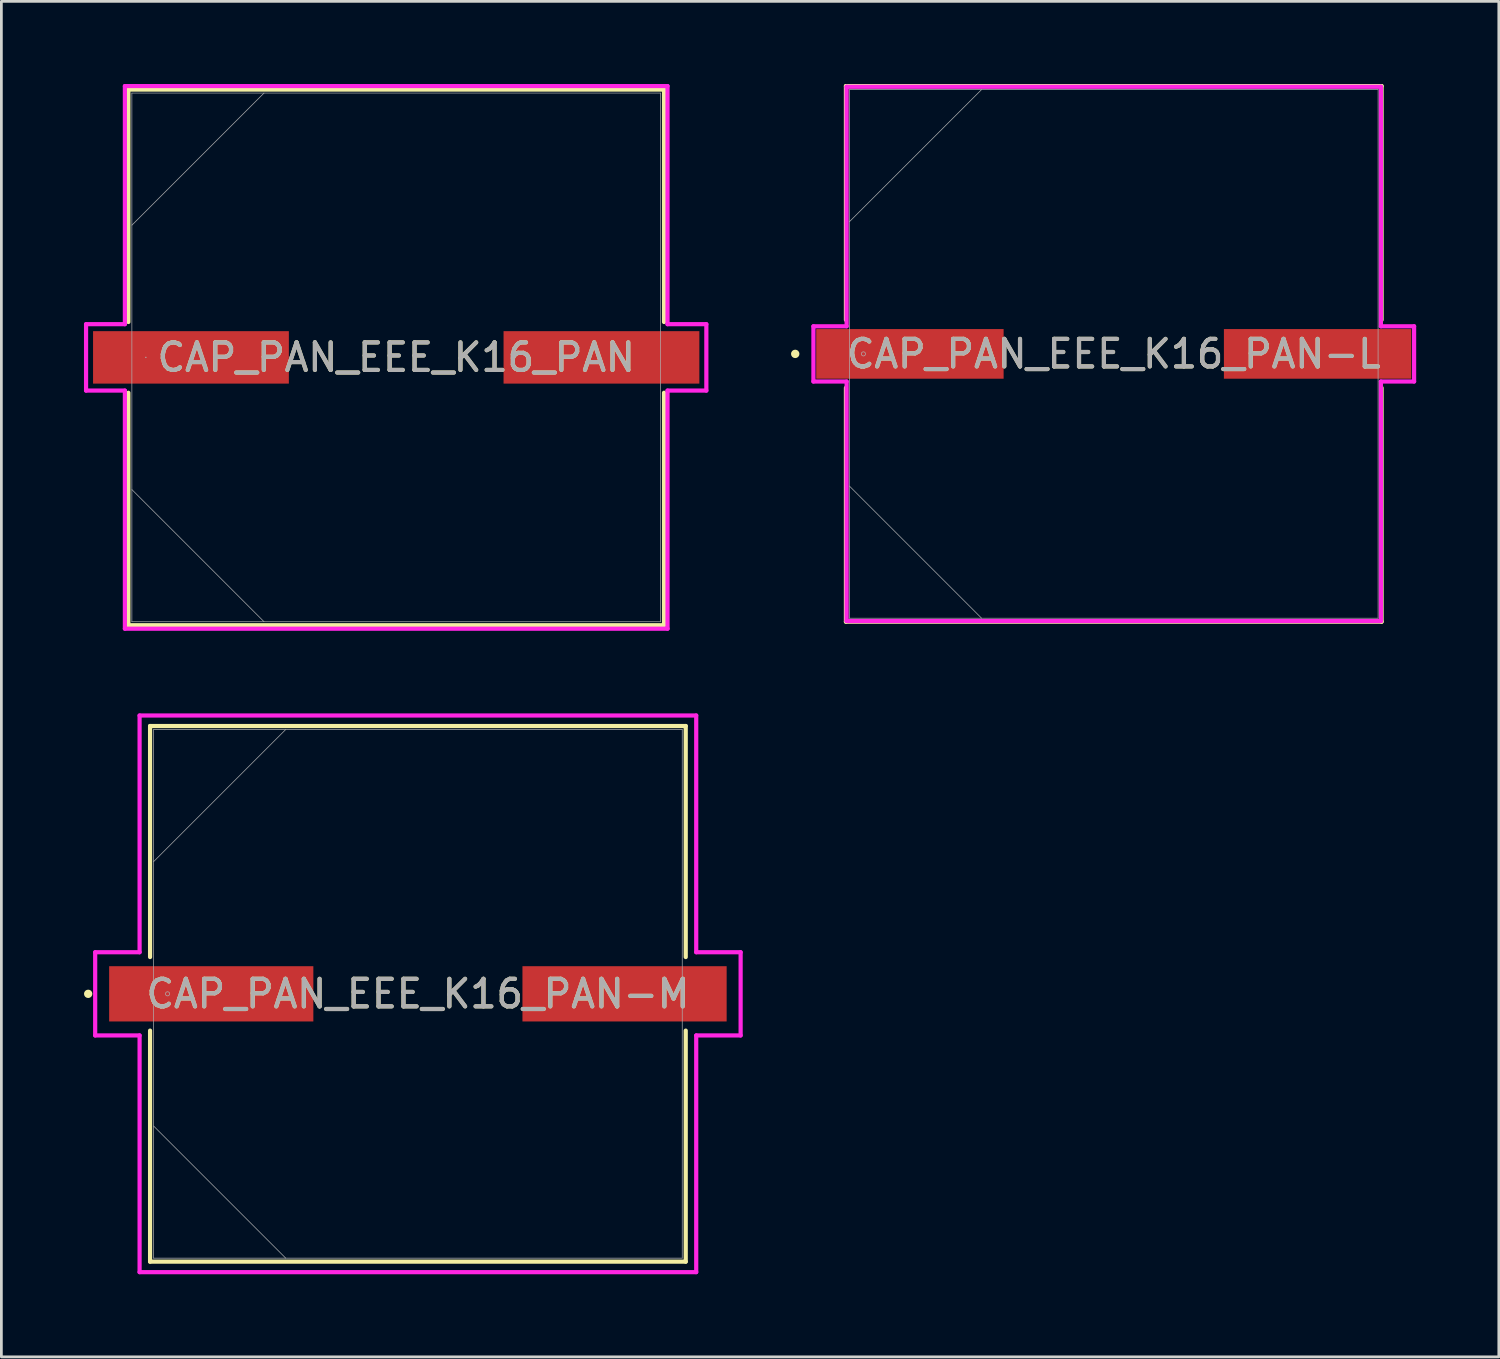
<source format=kicad_pcb>
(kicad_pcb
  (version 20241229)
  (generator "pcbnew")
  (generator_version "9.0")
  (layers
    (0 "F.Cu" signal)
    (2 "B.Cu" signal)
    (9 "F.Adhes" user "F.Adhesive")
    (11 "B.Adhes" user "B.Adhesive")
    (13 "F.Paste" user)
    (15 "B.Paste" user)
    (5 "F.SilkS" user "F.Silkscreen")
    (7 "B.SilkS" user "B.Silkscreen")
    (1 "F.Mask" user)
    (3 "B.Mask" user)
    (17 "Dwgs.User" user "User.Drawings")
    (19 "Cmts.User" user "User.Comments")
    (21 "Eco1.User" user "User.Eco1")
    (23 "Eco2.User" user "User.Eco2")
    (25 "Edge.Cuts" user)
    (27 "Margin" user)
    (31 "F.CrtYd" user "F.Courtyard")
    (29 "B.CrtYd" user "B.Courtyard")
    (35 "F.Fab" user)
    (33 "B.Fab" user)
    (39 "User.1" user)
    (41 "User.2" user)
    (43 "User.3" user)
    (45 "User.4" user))
  (footprint "CAP_PAN_EEE_K16_PAN"
    (layer "F.Cu")
    (at 11.341 9.931)
    (property "Reference" "CAP_PAN_EEE_K16_PAN" (at 0 0 0) (unlocked yes) (layer "F.SilkS") (effects (font (size 1 1) (thickness 0.15))))
    (attr smd)
    (fp_line (start -9.728 -9.728) (end -9.728 -1.285) (stroke (width 0.152) (type solid)) (layer "F.SilkS"))
    (fp_line (start -9.728 1.285) (end -9.728 9.728) (stroke (width 0.152) (type solid)) (layer "F.SilkS"))
    (fp_line (start -9.728 9.728) (end 9.728 9.728) (stroke (width 0.152) (type solid)) (layer "F.SilkS"))
    (fp_line (start 9.728 -9.728) (end -9.728 -9.728) (stroke (width 0.152) (type solid)) (layer "F.SilkS"))
    (fp_line (start 9.728 -1.285) (end 9.728 -9.728) (stroke (width 0.152) (type solid)) (layer "F.SilkS"))
    (fp_line (start 9.728 9.728) (end 9.728 1.285) (stroke (width 0.152) (type solid)) (layer "F.SilkS"))
    (fp_line (start -11.265 -1.206) (end -9.855 -1.206) (stroke (width 0.152) (type solid)) (layer "F.CrtYd"))
    (fp_line (start -11.265 1.206) (end -11.265 -1.206) (stroke (width 0.152) (type solid)) (layer "F.CrtYd"))
    (fp_line (start -9.855 -9.855) (end 9.855 -9.855) (stroke (width 0.152) (type solid)) (layer "F.CrtYd"))
    (fp_line (start -9.855 -1.206) (end -9.855 -9.855) (stroke (width 0.152) (type solid)) (layer "F.CrtYd"))
    (fp_line (start -9.855 1.206) (end -11.265 1.206) (stroke (width 0.152) (type solid)) (layer "F.CrtYd"))
    (fp_line (start -9.855 9.855) (end -9.855 1.206) (stroke (width 0.152) (type solid)) (layer "F.CrtYd"))
    (fp_line (start 9.855 -9.855) (end 9.855 -1.206) (stroke (width 0.152) (type solid)) (layer "F.CrtYd"))
    (fp_line (start 9.855 -1.206) (end 11.265 -1.206) (stroke (width 0.152) (type solid)) (layer "F.CrtYd"))
    (fp_line (start 9.855 1.206) (end 9.855 9.855) (stroke (width 0.152) (type solid)) (layer "F.CrtYd"))
    (fp_line (start 9.855 9.855) (end -9.855 9.855) (stroke (width 0.152) (type solid)) (layer "F.CrtYd"))
    (fp_line (start 11.265 -1.206) (end 11.265 1.206) (stroke (width 0.152) (type solid)) (layer "F.CrtYd"))
    (fp_line (start 11.265 1.206) (end 9.855 1.206) (stroke (width 0.152) (type solid)) (layer "F.CrtYd"))
    (fp_line (start -9.601 -9.601) (end -9.601 9.601) (stroke (width 0.025) (type solid)) (layer "F.Fab"))
    (fp_line (start -9.601 -4.801) (end -4.801 -9.601) (stroke (width 0.025) (type solid)) (layer "F.Fab"))
    (fp_line (start -9.601 4.801) (end -4.801 9.601) (stroke (width 0.025) (type solid)) (layer "F.Fab"))
    (fp_line (start -9.601 9.601) (end 9.601 9.601) (stroke (width 0.025) (type solid)) (layer "F.Fab"))
    (fp_line (start 9.601 -9.601) (end -9.601 -9.601) (stroke (width 0.025) (type solid)) (layer "F.Fab"))
    (fp_line (start 9.601 9.601) (end 9.601 -9.601) (stroke (width 0.025) (type solid)) (layer "F.Fab"))
    (fp_circle (center -9.093 0) (end -9.093 0) (stroke (width 0.025) (type solid)) (fill no) (layer "F.Fab"))
    (fp_text user "${REFERENCE}" (at 0 0 0) (unlocked yes) (layer "F.Fab") (effects (font (size 1 1) (thickness 0.15))))
    (pad "1" smd rect (at -7.455 0) (size 7.112 1.905) (layers "F.Cu" "F.Mask" "F.Paste"))
    (pad "2" smd rect (at 7.455 0) (size 7.112 1.905) (layers "F.Cu" "F.Mask" "F.Paste"))
    (zone (net_name "") (layer "F.Cu") (hatch full 0.508) (connect_pads) (min_thickness 0.254) (filled_areas_thickness no) (keepout (tracks not_allowed) (vias not_allowed) (pads allowed) (copperpour not_allowed) (footprints allowed)) (placement (enabled no)) (fill) (polygon (pts (xy 1.791 0.381) (xy 20.892 0.381) (xy 20.892 8.928) (xy 1.791 8.928))))
    (zone (net_name "") (layer "F.Cu") (hatch full 0.508) (connect_pads) (min_thickness 0.254) (filled_areas_thickness no) (keepout (tracks not_allowed) (vias not_allowed) (pads allowed) (copperpour not_allowed) (footprints allowed)) (placement (enabled no)) (fill) (polygon (pts (xy 1.791 10.935) (xy 20.892 10.935) (xy 20.892 19.482) (xy 1.791 19.482))))
    (zone (net_name "") (layer "F.Cu") (hatch full 0.508) (connect_pads) (min_thickness 0.254) (filled_areas_thickness no) (keepout (tracks not_allowed) (vias not_allowed) (pads allowed) (copperpour not_allowed) (footprints allowed)) (placement (enabled no)) (fill) (polygon (pts (xy 7.493 8.928) (xy 15.189 8.928) (xy 15.189 10.935) (xy 7.493 10.935)))))
  (footprint "CAP_PAN_EEE_K16_PAN-L"
    (layer "F.Cu")
    (at 37.404 9.804)
    (property "Reference" "CAP_PAN_EEE_K16_PAN-L" (at 0 0 0) (unlocked yes) (layer "F.SilkS") (effects (font (size 1 1) (thickness 0.15))))
    (attr smd)
    (fp_line (start -9.728 -9.728) (end -9.728 -1.234) (stroke (width 0.152) (type solid)) (layer "F.SilkS"))
    (fp_line (start -9.728 1.234) (end -9.728 9.728) (stroke (width 0.152) (type solid)) (layer "F.SilkS"))
    (fp_line (start -9.728 9.728) (end 9.728 9.728) (stroke (width 0.152) (type solid)) (layer "F.SilkS"))
    (fp_line (start 9.728 -9.728) (end -9.728 -9.728) (stroke (width 0.152) (type solid)) (layer "F.SilkS"))
    (fp_line (start 9.728 -1.234) (end 9.728 -9.728) (stroke (width 0.152) (type solid)) (layer "F.SilkS"))
    (fp_line (start 9.728 9.728) (end 9.728 1.234) (stroke (width 0.152) (type solid)) (layer "F.SilkS"))
    (fp_circle (center -11.57 0) (end -11.493 0) (stroke (width 0.152) (type solid)) (fill no) (layer "F.SilkS"))
    (fp_line (start -10.909 -1.003) (end -9.703 -1.003) (stroke (width 0.152) (type solid)) (layer "F.CrtYd"))
    (fp_line (start -10.909 1.003) (end -10.909 -1.003) (stroke (width 0.152) (type solid)) (layer "F.CrtYd"))
    (fp_line (start -9.703 -9.703) (end 9.703 -9.703) (stroke (width 0.152) (type solid)) (layer "F.CrtYd"))
    (fp_line (start -9.703 -1.003) (end -9.703 -9.703) (stroke (width 0.152) (type solid)) (layer "F.CrtYd"))
    (fp_line (start -9.703 1.003) (end -10.909 1.003) (stroke (width 0.152) (type solid)) (layer "F.CrtYd"))
    (fp_line (start -9.703 9.703) (end -9.703 1.003) (stroke (width 0.152) (type solid)) (layer "F.CrtYd"))
    (fp_line (start 9.703 -9.703) (end 9.703 -1.003) (stroke (width 0.152) (type solid)) (layer "F.CrtYd"))
    (fp_line (start 9.703 -1.003) (end 10.909 -1.003) (stroke (width 0.152) (type solid)) (layer "F.CrtYd"))
    (fp_line (start 9.703 1.003) (end 9.703 9.703) (stroke (width 0.152) (type solid)) (layer "F.CrtYd"))
    (fp_line (start 9.703 9.703) (end -9.703 9.703) (stroke (width 0.152) (type solid)) (layer "F.CrtYd"))
    (fp_line (start 10.909 -1.003) (end 10.909 1.003) (stroke (width 0.152) (type solid)) (layer "F.CrtYd"))
    (fp_line (start 10.909 1.003) (end 9.703 1.003) (stroke (width 0.152) (type solid)) (layer "F.CrtYd"))
    (fp_line (start -9.601 -9.601) (end -9.601 9.601) (stroke (width 0.025) (type solid)) (layer "F.Fab"))
    (fp_line (start -9.601 -4.801) (end -4.801 -9.601) (stroke (width 0.025) (type solid)) (layer "F.Fab"))
    (fp_line (start -9.601 4.801) (end -4.801 9.601) (stroke (width 0.025) (type solid)) (layer "F.Fab"))
    (fp_line (start -9.601 9.601) (end 9.601 9.601) (stroke (width 0.025) (type solid)) (layer "F.Fab"))
    (fp_line (start 9.601 -9.601) (end -9.601 -9.601) (stroke (width 0.025) (type solid)) (layer "F.Fab"))
    (fp_line (start 9.601 9.601) (end 9.601 -9.601) (stroke (width 0.025) (type solid)) (layer "F.Fab"))
    (fp_circle (center -9.093 0) (end -9.017 0) (stroke (width 0.025) (type solid)) (fill no) (layer "F.Fab"))
    (fp_text user "${REFERENCE}" (at 0 0 0) (unlocked yes) (layer "F.Fab") (effects (font (size 1 1) (thickness 0.15))))
    (pad "1" smd rect (at -7.404 0) (size 6.807 1.803) (layers "F.Cu" "F.Mask" "F.Paste"))
    (pad "2" smd rect (at 7.404 0) (size 6.807 1.803) (layers "F.Cu" "F.Mask" "F.Paste"))
    (zone (net_name "") (layer "F.Cu") (hatch full 0.508) (connect_pads) (min_thickness 0.254) (filled_areas_thickness no) (keepout (tracks not_allowed) (vias not_allowed) (pads allowed) (copperpour not_allowed) (footprints allowed)) (placement (enabled no)) (fill) (polygon (pts (xy 27.854 0.254) (xy 46.955 0.254) (xy 46.955 8.852) (xy 27.854 8.852))))
    (zone (net_name "") (layer "F.Cu") (hatch full 0.508) (connect_pads) (min_thickness 0.254) (filled_areas_thickness no) (keepout (tracks not_allowed) (vias not_allowed) (pads allowed) (copperpour not_allowed) (footprints allowed)) (placement (enabled no)) (fill) (polygon (pts (xy 27.854 10.757) (xy 46.955 10.757) (xy 46.955 19.355) (xy 27.854 19.355))))
    (zone (net_name "") (layer "F.Cu") (hatch full 0.508) (connect_pads) (min_thickness 0.254) (filled_areas_thickness no) (keepout (tracks not_allowed) (vias not_allowed) (pads allowed) (copperpour not_allowed) (footprints allowed)) (placement (enabled no)) (fill) (polygon (pts (xy 33.455 8.852) (xy 41.354 8.852) (xy 41.354 10.757) (xy 33.455 10.757)))))
  (footprint "CAP_PAN_EEE_K16_PAN-M"
    (layer "F.Cu")
    (at 12.129 33.048)
    (property "Reference" "CAP_PAN_EEE_K16_PAN-M" (at 0 0 0) (unlocked yes) (layer "F.SilkS") (effects (font (size 1 1) (thickness 0.15))))
    (attr smd)
    (fp_line (start -9.728 -9.728) (end -9.728 -1.336) (stroke (width 0.152) (type solid)) (layer "F.SilkS"))
    (fp_line (start -9.728 1.336) (end -9.728 9.728) (stroke (width 0.152) (type solid)) (layer "F.SilkS"))
    (fp_line (start -9.728 9.728) (end 9.728 9.728) (stroke (width 0.152) (type solid)) (layer "F.SilkS"))
    (fp_line (start 9.728 -9.728) (end -9.728 -9.728) (stroke (width 0.152) (type solid)) (layer "F.SilkS"))
    (fp_line (start 9.728 -1.336) (end 9.728 -9.728) (stroke (width 0.152) (type solid)) (layer "F.SilkS"))
    (fp_line (start 9.728 9.728) (end 9.728 1.336) (stroke (width 0.152) (type solid)) (layer "F.SilkS"))
    (fp_circle (center -11.976 0) (end -11.9 0) (stroke (width 0.152) (type solid)) (fill no) (layer "F.SilkS"))
    (fp_line (start -11.722 -1.511) (end -10.109 -1.511) (stroke (width 0.152) (type solid)) (layer "F.CrtYd"))
    (fp_line (start -11.722 1.511) (end -11.722 -1.511) (stroke (width 0.152) (type solid)) (layer "F.CrtYd"))
    (fp_line (start -10.109 -10.109) (end 10.109 -10.109) (stroke (width 0.152) (type solid)) (layer "F.CrtYd"))
    (fp_line (start -10.109 -1.511) (end -10.109 -10.109) (stroke (width 0.152) (type solid)) (layer "F.CrtYd"))
    (fp_line (start -10.109 1.511) (end -11.722 1.511) (stroke (width 0.152) (type solid)) (layer "F.CrtYd"))
    (fp_line (start -10.109 10.109) (end -10.109 1.511) (stroke (width 0.152) (type solid)) (layer "F.CrtYd"))
    (fp_line (start 10.109 -10.109) (end 10.109 -1.511) (stroke (width 0.152) (type solid)) (layer "F.CrtYd"))
    (fp_line (start 10.109 -1.511) (end 11.722 -1.511) (stroke (width 0.152) (type solid)) (layer "F.CrtYd"))
    (fp_line (start 10.109 1.511) (end 10.109 10.109) (stroke (width 0.152) (type solid)) (layer "F.CrtYd"))
    (fp_line (start 10.109 10.109) (end -10.109 10.109) (stroke (width 0.152) (type solid)) (layer "F.CrtYd"))
    (fp_line (start 11.722 -1.511) (end 11.722 1.511) (stroke (width 0.152) (type solid)) (layer "F.CrtYd"))
    (fp_line (start 11.722 1.511) (end 10.109 1.511) (stroke (width 0.152) (type solid)) (layer "F.CrtYd"))
    (fp_line (start -9.601 -9.601) (end -9.601 9.601) (stroke (width 0.025) (type solid)) (layer "F.Fab"))
    (fp_line (start -9.601 -4.801) (end -4.801 -9.601) (stroke (width 0.025) (type solid)) (layer "F.Fab"))
    (fp_line (start -9.601 4.801) (end -4.801 9.601) (stroke (width 0.025) (type solid)) (layer "F.Fab"))
    (fp_line (start -9.601 9.601) (end 9.601 9.601) (stroke (width 0.025) (type solid)) (layer "F.Fab"))
    (fp_line (start 9.601 -9.601) (end -9.601 -9.601) (stroke (width 0.025) (type solid)) (layer "F.Fab"))
    (fp_line (start 9.601 9.601) (end 9.601 -9.601) (stroke (width 0.025) (type solid)) (layer "F.Fab"))
    (fp_circle (center -9.093 0) (end -9.017 0) (stroke (width 0.025) (type solid)) (fill no) (layer "F.Fab"))
    (fp_text user "${REFERENCE}" (at 0 0 0) (unlocked yes) (layer "F.Fab") (effects (font (size 1 1) (thickness 0.15))))
    (pad "1" smd rect (at -7.506 0) (size 7.417 2.007) (layers "F.Cu" "F.Mask" "F.Paste"))
    (pad "2" smd rect (at 7.506 0) (size 7.417 2.007) (layers "F.Cu" "F.Mask" "F.Paste"))
    (zone (net_name "") (layer "F.Cu") (hatch full 0.508) (connect_pads) (min_thickness 0.254) (filled_areas_thickness no) (keepout (tracks not_allowed) (vias not_allowed) (pads allowed) (copperpour not_allowed) (footprints allowed)) (placement (enabled no)) (fill) (polygon (pts (xy 2.578 23.498) (xy 21.679 23.498) (xy 21.679 31.994) (xy 2.578 31.994))))
    (zone (net_name "") (layer "F.Cu") (hatch full 0.508) (connect_pads) (min_thickness 0.254) (filled_areas_thickness no) (keepout (tracks not_allowed) (vias not_allowed) (pads allowed) (copperpour not_allowed) (footprints allowed)) (placement (enabled no)) (fill) (polygon (pts (xy 2.578 34.102) (xy 21.679 34.102) (xy 21.679 42.599) (xy 2.578 42.599))))
    (zone (net_name "") (layer "F.Cu") (hatch full 0.508) (connect_pads) (min_thickness 0.254) (filled_areas_thickness no) (keepout (tracks not_allowed) (vias not_allowed) (pads allowed) (copperpour not_allowed) (footprints allowed)) (placement (enabled no)) (fill) (polygon (pts (xy 8.382 31.994) (xy 15.875 31.994) (xy 15.875 34.102) (xy 8.382 34.102)))))
  (gr_rect
    (start -3 -3)
    (end 51.39 46.234)
    (stroke (width 0.1) (type default))
    (fill no)
    (layer "Edge.Cuts")))
</source>
